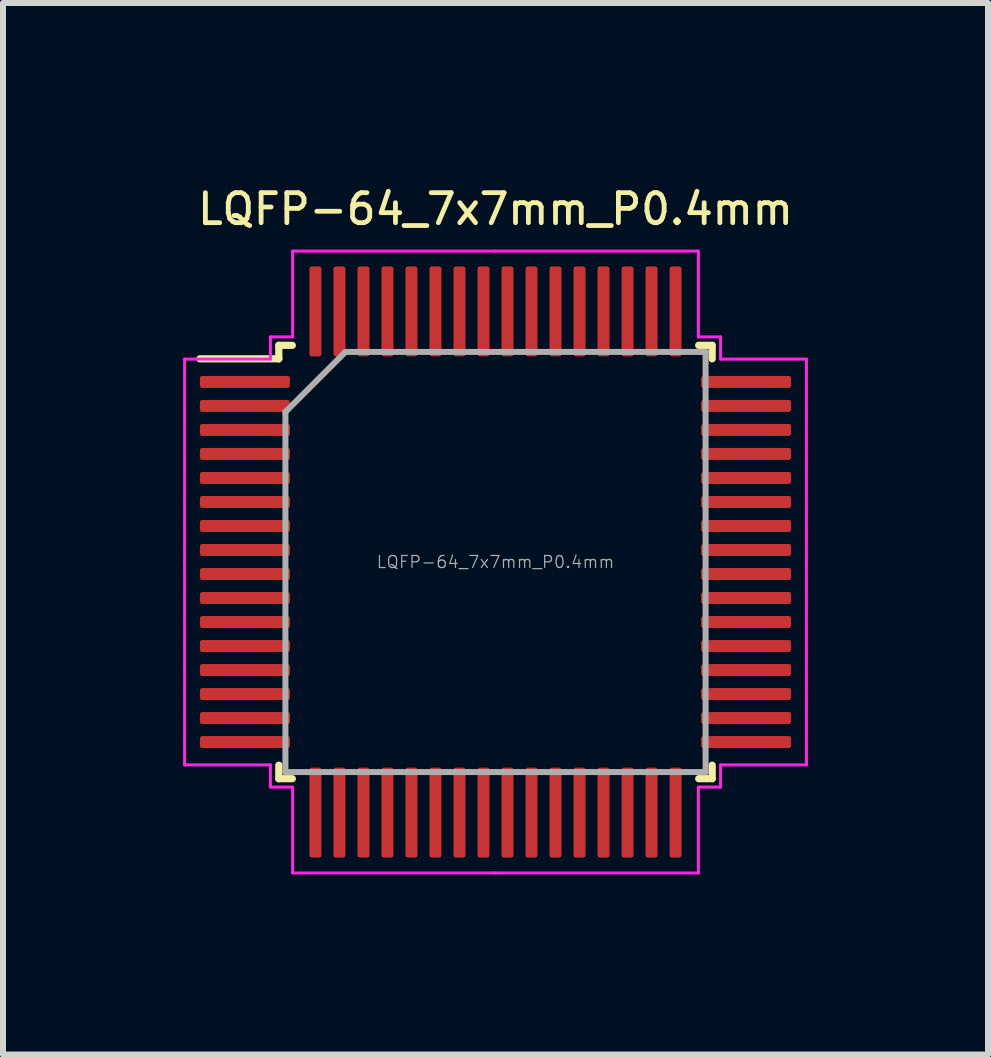
<source format=kicad_pcb>
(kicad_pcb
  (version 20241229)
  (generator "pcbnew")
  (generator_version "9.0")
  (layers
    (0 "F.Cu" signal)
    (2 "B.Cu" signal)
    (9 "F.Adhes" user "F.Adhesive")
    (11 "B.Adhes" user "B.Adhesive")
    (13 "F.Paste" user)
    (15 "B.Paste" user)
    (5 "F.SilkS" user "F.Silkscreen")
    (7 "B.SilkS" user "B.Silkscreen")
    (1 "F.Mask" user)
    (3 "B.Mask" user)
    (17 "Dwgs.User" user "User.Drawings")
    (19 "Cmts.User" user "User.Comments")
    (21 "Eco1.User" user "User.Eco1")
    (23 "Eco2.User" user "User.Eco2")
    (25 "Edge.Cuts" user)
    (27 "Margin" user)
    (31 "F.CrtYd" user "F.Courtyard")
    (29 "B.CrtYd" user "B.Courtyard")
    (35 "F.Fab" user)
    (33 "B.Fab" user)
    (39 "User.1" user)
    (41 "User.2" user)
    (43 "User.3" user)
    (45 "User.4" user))
  (footprint "LQFP-64_7x7mm_P0.4mm"
    (layer "F.Cu")
    (at 5.205 6.313)
    (property "Reference" "LQFP-64_7x7mm_P0.4mm" (at 0 -5.88 0) (layer "F.SilkS") (effects (font (size 0.5 0.5) (thickness 0.08))))
    (attr smd)
    (fp_line (start -3.61 -3.61) (end -3.61 -3.385) (stroke (width 0.12) (type solid)) (layer "F.SilkS"))
    (fp_line (start -3.61 -3.385) (end -4.925 -3.385) (stroke (width 0.12) (type solid)) (layer "F.SilkS"))
    (fp_line (start -3.61 3.61) (end -3.61 3.385) (stroke (width 0.12) (type solid)) (layer "F.SilkS"))
    (fp_line (start -3.385 -3.61) (end -3.61 -3.61) (stroke (width 0.12) (type solid)) (layer "F.SilkS"))
    (fp_line (start -3.385 3.61) (end -3.61 3.61) (stroke (width 0.12) (type solid)) (layer "F.SilkS"))
    (fp_line (start 3.385 -3.61) (end 3.61 -3.61) (stroke (width 0.12) (type solid)) (layer "F.SilkS"))
    (fp_line (start 3.385 3.61) (end 3.61 3.61) (stroke (width 0.12) (type solid)) (layer "F.SilkS"))
    (fp_line (start 3.61 -3.61) (end 3.61 -3.385) (stroke (width 0.12) (type solid)) (layer "F.SilkS"))
    (fp_line (start 3.61 3.61) (end 3.61 3.385) (stroke (width 0.12) (type solid)) (layer "F.SilkS"))
    (fp_line (start -5.18 -3.38) (end -5.18 0) (stroke (width 0.05) (type solid)) (layer "F.CrtYd"))
    (fp_line (start -5.18 3.38) (end -5.18 0) (stroke (width 0.05) (type solid)) (layer "F.CrtYd"))
    (fp_line (start -3.75 -3.75) (end -3.75 -3.38) (stroke (width 0.05) (type solid)) (layer "F.CrtYd"))
    (fp_line (start -3.75 -3.38) (end -5.18 -3.38) (stroke (width 0.05) (type solid)) (layer "F.CrtYd"))
    (fp_line (start -3.75 3.38) (end -5.18 3.38) (stroke (width 0.05) (type solid)) (layer "F.CrtYd"))
    (fp_line (start -3.75 3.75) (end -3.75 3.38) (stroke (width 0.05) (type solid)) (layer "F.CrtYd"))
    (fp_line (start -3.38 -5.18) (end -3.38 -3.75) (stroke (width 0.05) (type solid)) (layer "F.CrtYd"))
    (fp_line (start -3.38 -3.75) (end -3.75 -3.75) (stroke (width 0.05) (type solid)) (layer "F.CrtYd"))
    (fp_line (start -3.38 3.75) (end -3.75 3.75) (stroke (width 0.05) (type solid)) (layer "F.CrtYd"))
    (fp_line (start -3.38 5.18) (end -3.38 3.75) (stroke (width 0.05) (type solid)) (layer "F.CrtYd"))
    (fp_line (start 0 -5.18) (end -3.38 -5.18) (stroke (width 0.05) (type solid)) (layer "F.CrtYd"))
    (fp_line (start 0 -5.18) (end 3.38 -5.18) (stroke (width 0.05) (type solid)) (layer "F.CrtYd"))
    (fp_line (start 0 5.18) (end -3.38 5.18) (stroke (width 0.05) (type solid)) (layer "F.CrtYd"))
    (fp_line (start 0 5.18) (end 3.38 5.18) (stroke (width 0.05) (type solid)) (layer "F.CrtYd"))
    (fp_line (start 3.38 -5.18) (end 3.38 -3.75) (stroke (width 0.05) (type solid)) (layer "F.CrtYd"))
    (fp_line (start 3.38 -3.75) (end 3.75 -3.75) (stroke (width 0.05) (type solid)) (layer "F.CrtYd"))
    (fp_line (start 3.38 3.75) (end 3.75 3.75) (stroke (width 0.05) (type solid)) (layer "F.CrtYd"))
    (fp_line (start 3.38 5.18) (end 3.38 3.75) (stroke (width 0.05) (type solid)) (layer "F.CrtYd"))
    (fp_line (start 3.75 -3.75) (end 3.75 -3.38) (stroke (width 0.05) (type solid)) (layer "F.CrtYd"))
    (fp_line (start 3.75 -3.38) (end 5.18 -3.38) (stroke (width 0.05) (type solid)) (layer "F.CrtYd"))
    (fp_line (start 3.75 3.38) (end 5.18 3.38) (stroke (width 0.05) (type solid)) (layer "F.CrtYd"))
    (fp_line (start 3.75 3.75) (end 3.75 3.38) (stroke (width 0.05) (type solid)) (layer "F.CrtYd"))
    (fp_line (start 5.18 -3.38) (end 5.18 0) (stroke (width 0.05) (type solid)) (layer "F.CrtYd"))
    (fp_line (start 5.18 3.38) (end 5.18 0) (stroke (width 0.05) (type solid)) (layer "F.CrtYd"))
    (fp_line (start -3.5 -2.5) (end -2.5 -3.5) (stroke (width 0.1) (type solid)) (layer "F.Fab"))
    (fp_line (start -3.5 3.5) (end -3.5 -2.5) (stroke (width 0.1) (type solid)) (layer "F.Fab"))
    (fp_line (start -2.5 -3.5) (end 3.5 -3.5) (stroke (width 0.1) (type solid)) (layer "F.Fab"))
    (fp_line (start 3.5 -3.5) (end 3.5 3.5) (stroke (width 0.1) (type solid)) (layer "F.Fab"))
    (fp_line (start 3.5 3.5) (end -3.5 3.5) (stroke (width 0.1) (type solid)) (layer "F.Fab"))
    (fp_text user "${REFERENCE}" (at 0 0 0) (layer "F.Fab") (effects (font (size 0.2 0.2) (thickness 0.02))))
    (pad "1" smd roundrect (at -4.175 -3) (size 1.5 0.2) (layers "F.Cu" "F.Mask" "F.Paste") (roundrect_rratio 0.2))
    (pad "2" smd roundrect (at -4.175 -2.6) (size 1.5 0.2) (layers "F.Cu" "F.Mask" "F.Paste") (roundrect_rratio 0.2))
    (pad "3" smd roundrect (at -4.175 -2.2) (size 1.5 0.2) (layers "F.Cu" "F.Mask" "F.Paste") (roundrect_rratio 0.2))
    (pad "4" smd roundrect (at -4.175 -1.8) (size 1.5 0.2) (layers "F.Cu" "F.Mask" "F.Paste") (roundrect_rratio 0.2))
    (pad "5" smd roundrect (at -4.175 -1.4) (size 1.5 0.2) (layers "F.Cu" "F.Mask" "F.Paste") (roundrect_rratio 0.2))
    (pad "6" smd roundrect (at -4.175 -1) (size 1.5 0.2) (layers "F.Cu" "F.Mask" "F.Paste") (roundrect_rratio 0.2))
    (pad "7" smd roundrect (at -4.175 -0.6) (size 1.5 0.2) (layers "F.Cu" "F.Mask" "F.Paste") (roundrect_rratio 0.2))
    (pad "8" smd roundrect (at -4.175 -0.2) (size 1.5 0.2) (layers "F.Cu" "F.Mask" "F.Paste") (roundrect_rratio 0.2))
    (pad "9" smd roundrect (at -4.175 0.2) (size 1.5 0.2) (layers "F.Cu" "F.Mask" "F.Paste") (roundrect_rratio 0.2))
    (pad "10" smd roundrect (at -4.175 0.6) (size 1.5 0.2) (layers "F.Cu" "F.Mask" "F.Paste") (roundrect_rratio 0.2))
    (pad "11" smd roundrect (at -4.175 1) (size 1.5 0.2) (layers "F.Cu" "F.Mask" "F.Paste") (roundrect_rratio 0.2))
    (pad "12" smd roundrect (at -4.175 1.4) (size 1.5 0.2) (layers "F.Cu" "F.Mask" "F.Paste") (roundrect_rratio 0.2))
    (pad "13" smd roundrect (at -4.175 1.8) (size 1.5 0.2) (layers "F.Cu" "F.Mask" "F.Paste") (roundrect_rratio 0.2))
    (pad "14" smd roundrect (at -4.175 2.2) (size 1.5 0.2) (layers "F.Cu" "F.Mask" "F.Paste") (roundrect_rratio 0.2))
    (pad "15" smd roundrect (at -4.175 2.6) (size 1.5 0.2) (layers "F.Cu" "F.Mask" "F.Paste") (roundrect_rratio 0.2))
    (pad "16" smd roundrect (at -4.175 3) (size 1.5 0.2) (layers "F.Cu" "F.Mask" "F.Paste") (roundrect_rratio 0.2))
    (pad "17" smd roundrect (at -3 4.175) (size 0.2 1.5) (layers "F.Cu" "F.Mask" "F.Paste") (roundrect_rratio 0.2))
    (pad "18" smd roundrect (at -2.6 4.175) (size 0.2 1.5) (layers "F.Cu" "F.Mask" "F.Paste") (roundrect_rratio 0.2))
    (pad "19" smd roundrect (at -2.2 4.175) (size 0.2 1.5) (layers "F.Cu" "F.Mask" "F.Paste") (roundrect_rratio 0.2))
    (pad "20" smd roundrect (at -1.8 4.175) (size 0.2 1.5) (layers "F.Cu" "F.Mask" "F.Paste") (roundrect_rratio 0.2))
    (pad "21" smd roundrect (at -1.4 4.175) (size 0.2 1.5) (layers "F.Cu" "F.Mask" "F.Paste") (roundrect_rratio 0.2))
    (pad "22" smd roundrect (at -1 4.175) (size 0.2 1.5) (layers "F.Cu" "F.Mask" "F.Paste") (roundrect_rratio 0.2))
    (pad "23" smd roundrect (at -0.6 4.175) (size 0.2 1.5) (layers "F.Cu" "F.Mask" "F.Paste") (roundrect_rratio 0.2))
    (pad "24" smd roundrect (at -0.2 4.175) (size 0.2 1.5) (layers "F.Cu" "F.Mask" "F.Paste") (roundrect_rratio 0.2))
    (pad "25" smd roundrect (at 0.2 4.175) (size 0.2 1.5) (layers "F.Cu" "F.Mask" "F.Paste") (roundrect_rratio 0.2))
    (pad "26" smd roundrect (at 0.6 4.175) (size 0.2 1.5) (layers "F.Cu" "F.Mask" "F.Paste") (roundrect_rratio 0.2))
    (pad "27" smd roundrect (at 1 4.175) (size 0.2 1.5) (layers "F.Cu" "F.Mask" "F.Paste") (roundrect_rratio 0.2))
    (pad "28" smd roundrect (at 1.4 4.175) (size 0.2 1.5) (layers "F.Cu" "F.Mask" "F.Paste") (roundrect_rratio 0.2))
    (pad "29" smd roundrect (at 1.8 4.175) (size 0.2 1.5) (layers "F.Cu" "F.Mask" "F.Paste") (roundrect_rratio 0.2))
    (pad "30" smd roundrect (at 2.2 4.175) (size 0.2 1.5) (layers "F.Cu" "F.Mask" "F.Paste") (roundrect_rratio 0.2))
    (pad "31" smd roundrect (at 2.6 4.175) (size 0.2 1.5) (layers "F.Cu" "F.Mask" "F.Paste") (roundrect_rratio 0.2))
    (pad "32" smd roundrect (at 3 4.175) (size 0.2 1.5) (layers "F.Cu" "F.Mask" "F.Paste") (roundrect_rratio 0.2))
    (pad "33" smd roundrect (at 4.175 3) (size 1.5 0.2) (layers "F.Cu" "F.Mask" "F.Paste") (roundrect_rratio 0.2))
    (pad "34" smd roundrect (at 4.175 2.6) (size 1.5 0.2) (layers "F.Cu" "F.Mask" "F.Paste") (roundrect_rratio 0.2))
    (pad "35" smd roundrect (at 4.175 2.2) (size 1.5 0.2) (layers "F.Cu" "F.Mask" "F.Paste") (roundrect_rratio 0.2))
    (pad "36" smd roundrect (at 4.175 1.8) (size 1.5 0.2) (layers "F.Cu" "F.Mask" "F.Paste") (roundrect_rratio 0.2))
    (pad "37" smd roundrect (at 4.175 1.4) (size 1.5 0.2) (layers "F.Cu" "F.Mask" "F.Paste") (roundrect_rratio 0.2))
    (pad "38" smd roundrect (at 4.175 1) (size 1.5 0.2) (layers "F.Cu" "F.Mask" "F.Paste") (roundrect_rratio 0.2))
    (pad "39" smd roundrect (at 4.175 0.6) (size 1.5 0.2) (layers "F.Cu" "F.Mask" "F.Paste") (roundrect_rratio 0.2))
    (pad "40" smd roundrect (at 4.175 0.2) (size 1.5 0.2) (layers "F.Cu" "F.Mask" "F.Paste") (roundrect_rratio 0.2))
    (pad "41" smd roundrect (at 4.175 -0.2) (size 1.5 0.2) (layers "F.Cu" "F.Mask" "F.Paste") (roundrect_rratio 0.2))
    (pad "42" smd roundrect (at 4.175 -0.6) (size 1.5 0.2) (layers "F.Cu" "F.Mask" "F.Paste") (roundrect_rratio 0.2))
    (pad "43" smd roundrect (at 4.175 -1) (size 1.5 0.2) (layers "F.Cu" "F.Mask" "F.Paste") (roundrect_rratio 0.2))
    (pad "44" smd roundrect (at 4.175 -1.4) (size 1.5 0.2) (layers "F.Cu" "F.Mask" "F.Paste") (roundrect_rratio 0.2))
    (pad "45" smd roundrect (at 4.175 -1.8) (size 1.5 0.2) (layers "F.Cu" "F.Mask" "F.Paste") (roundrect_rratio 0.2))
    (pad "46" smd roundrect (at 4.175 -2.2) (size 1.5 0.2) (layers "F.Cu" "F.Mask" "F.Paste") (roundrect_rratio 0.2))
    (pad "47" smd roundrect (at 4.175 -2.6) (size 1.5 0.2) (layers "F.Cu" "F.Mask" "F.Paste") (roundrect_rratio 0.2))
    (pad "48" smd roundrect (at 4.175 -3) (size 1.5 0.2) (layers "F.Cu" "F.Mask" "F.Paste") (roundrect_rratio 0.2))
    (pad "49" smd roundrect (at 3 -4.175) (size 0.2 1.5) (layers "F.Cu" "F.Mask" "F.Paste") (roundrect_rratio 0.2))
    (pad "50" smd roundrect (at 2.6 -4.175) (size 0.2 1.5) (layers "F.Cu" "F.Mask" "F.Paste") (roundrect_rratio 0.2))
    (pad "51" smd roundrect (at 2.2 -4.175) (size 0.2 1.5) (layers "F.Cu" "F.Mask" "F.Paste") (roundrect_rratio 0.2))
    (pad "52" smd roundrect (at 1.8 -4.175) (size 0.2 1.5) (layers "F.Cu" "F.Mask" "F.Paste") (roundrect_rratio 0.2))
    (pad "53" smd roundrect (at 1.4 -4.175) (size 0.2 1.5) (layers "F.Cu" "F.Mask" "F.Paste") (roundrect_rratio 0.2))
    (pad "54" smd roundrect (at 1 -4.175) (size 0.2 1.5) (layers "F.Cu" "F.Mask" "F.Paste") (roundrect_rratio 0.2))
    (pad "55" smd roundrect (at 0.6 -4.175) (size 0.2 1.5) (layers "F.Cu" "F.Mask" "F.Paste") (roundrect_rratio 0.2))
    (pad "56" smd roundrect (at 0.2 -4.175) (size 0.2 1.5) (layers "F.Cu" "F.Mask" "F.Paste") (roundrect_rratio 0.2))
    (pad "57" smd roundrect (at -0.2 -4.175) (size 0.2 1.5) (layers "F.Cu" "F.Mask" "F.Paste") (roundrect_rratio 0.2))
    (pad "58" smd roundrect (at -0.6 -4.175) (size 0.2 1.5) (layers "F.Cu" "F.Mask" "F.Paste") (roundrect_rratio 0.2))
    (pad "59" smd roundrect (at -1 -4.175) (size 0.2 1.5) (layers "F.Cu" "F.Mask" "F.Paste") (roundrect_rratio 0.2))
    (pad "60" smd roundrect (at -1.4 -4.175) (size 0.2 1.5) (layers "F.Cu" "F.Mask" "F.Paste") (roundrect_rratio 0.2))
    (pad "61" smd roundrect (at -1.8 -4.175) (size 0.2 1.5) (layers "F.Cu" "F.Mask" "F.Paste") (roundrect_rratio 0.2))
    (pad "62" smd roundrect (at -2.2 -4.175) (size 0.2 1.5) (layers "F.Cu" "F.Mask" "F.Paste") (roundrect_rratio 0.2))
    (pad "63" smd roundrect (at -2.6 -4.175) (size 0.2 1.5) (layers "F.Cu" "F.Mask" "F.Paste") (roundrect_rratio 0.2))
    (pad "64" smd roundrect (at -3 -4.175) (size 0.2 1.5) (layers "F.Cu" "F.Mask" "F.Paste") (roundrect_rratio 0.2)))
  (gr_rect
    (start -3 -3)
    (end 13.41 14.518)
    (stroke (width 0.1) (type default))
    (fill no)
    (layer "Edge.Cuts")))
</source>
